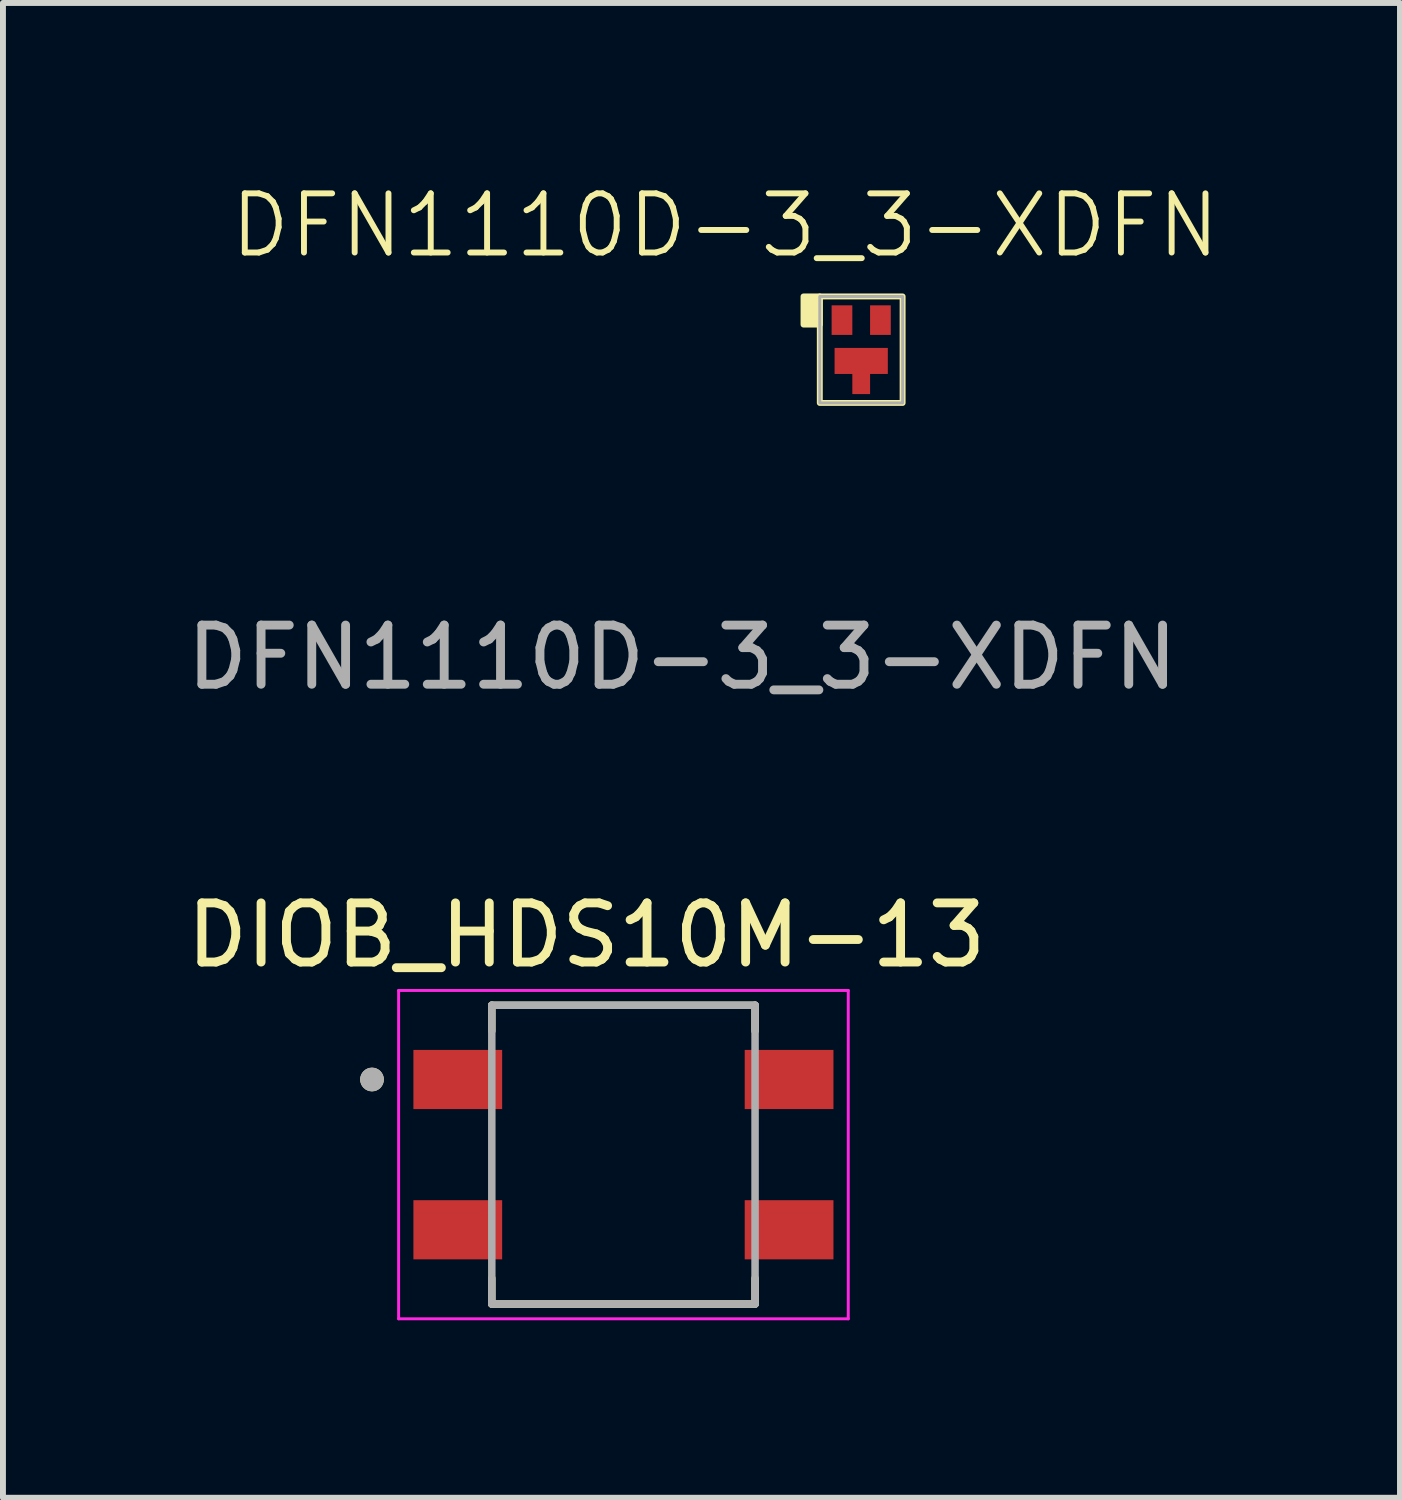
<source format=kicad_pcb>
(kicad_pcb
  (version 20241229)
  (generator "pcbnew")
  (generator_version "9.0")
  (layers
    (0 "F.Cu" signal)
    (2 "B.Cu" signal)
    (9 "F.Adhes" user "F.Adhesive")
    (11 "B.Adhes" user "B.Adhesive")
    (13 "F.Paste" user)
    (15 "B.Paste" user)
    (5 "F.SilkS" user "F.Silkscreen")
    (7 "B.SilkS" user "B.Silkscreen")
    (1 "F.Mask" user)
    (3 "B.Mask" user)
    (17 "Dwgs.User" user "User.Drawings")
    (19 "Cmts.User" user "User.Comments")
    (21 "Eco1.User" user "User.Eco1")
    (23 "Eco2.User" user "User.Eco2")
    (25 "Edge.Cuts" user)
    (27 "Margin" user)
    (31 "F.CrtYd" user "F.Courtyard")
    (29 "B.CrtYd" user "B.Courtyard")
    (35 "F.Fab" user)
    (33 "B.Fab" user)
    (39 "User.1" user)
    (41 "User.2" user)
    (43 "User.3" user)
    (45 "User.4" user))
  (footprint "DFN1110D-3_3-XDFN"
    (layer "F.Cu")
    (at 11.507 2.861)
    (property "Reference" "DFN1110D-3_3-XDFN" (at -2.3 -2.1 0) (unlocked yes) (layer "F.SilkS") (effects (font (size 1 1) (thickness 0.1))))
    (attr smd)
    (fp_rect (start -0.975 -0.9) (end -0.7 -0.425) (stroke (width 0.1) (type solid)) (fill yes) (layer "F.SilkS"))
    (fp_rect (start -0.7 -0.9) (end 0.7 0.9) (stroke (width 0.1) (type default)) (fill no) (layer "F.SilkS"))
    (fp_rect (start -0.7 -0.9) (end 0.7 0.9) (stroke (width 0.05) (type default)) (fill no) (layer "F.Fab"))
    (fp_text user "${REFERENCE}" (at -3.025 5.2 0) (unlocked yes) (layer "F.Fab") (effects (font (size 1 1) (thickness 0.15))))
    (pad "1" smd rect (at -0.325 -0.5 180) (size 0.35 0.5) (layers "F.Cu" "F.Mask" "F.Paste"))
    (pad "2" smd rect (at 0.325 -0.5 180) (size 0.35 0.5) (layers "F.Cu" "F.Mask" "F.Paste"))
    (pad "3" smd custom (at 0 0.19) (size 0.9 0.44) (layers "F.Cu" "F.Mask" "F.Paste") (options (anchor rect)) (primitives (gr_poly (pts (xy 0.15 0.22) (xy 0.15 0.56) (xy -0.15 0.56) (xy -0.15 0.22)) (width 0) (fill yes)))))
  (footprint "DIOB_HDS10M-13"
    (layer "F.Cu")
    (at 7.488 16.467)
    (property "Reference" "DIOB_HDS10M-13" (at -0.625 -3.71 0) (layer "F.SilkS") (effects (font (size 1 1) (thickness 0.15))))
    (attr smd)
    (fp_line (start -2.225 -2.525) (end -2.225 -2.09) (stroke (width 0.127) (type solid)) (layer "F.SilkS"))
    (fp_line (start -2.225 2.525) (end -2.225 2.09) (stroke (width 0.127) (type solid)) (layer "F.SilkS"))
    (fp_line (start -2.225 2.525) (end 2.225 2.525) (stroke (width 0.127) (type solid)) (layer "F.SilkS"))
    (fp_line (start 2.225 -2.525) (end -2.225 -2.525) (stroke (width 0.127) (type solid)) (layer "F.SilkS"))
    (fp_line (start 2.225 -2.09) (end 2.225 -2.525) (stroke (width 0.127) (type solid)) (layer "F.SilkS"))
    (fp_line (start 2.225 2.525) (end 2.225 2.09) (stroke (width 0.127) (type solid)) (layer "F.SilkS"))
    (fp_circle (center -4.25 -1.27) (end -4.15 -1.27) (stroke (width 0.2) (type solid)) (fill no) (layer "F.SilkS"))
    (fp_line (start -3.8 -2.775) (end -3.8 2.775) (stroke (width 0.05) (type solid)) (layer "F.CrtYd"))
    (fp_line (start -3.8 2.775) (end 3.8 2.775) (stroke (width 0.05) (type solid)) (layer "F.CrtYd"))
    (fp_line (start 3.8 -2.775) (end -3.8 -2.775) (stroke (width 0.05) (type solid)) (layer "F.CrtYd"))
    (fp_line (start 3.8 2.775) (end 3.8 -2.775) (stroke (width 0.05) (type solid)) (layer "F.CrtYd"))
    (fp_line (start -2.225 -2.525) (end -2.225 2.525) (stroke (width 0.127) (type solid)) (layer "F.Fab"))
    (fp_line (start -2.225 2.525) (end 2.225 2.525) (stroke (width 0.127) (type solid)) (layer "F.Fab"))
    (fp_line (start 2.225 -2.525) (end -2.225 -2.525) (stroke (width 0.127) (type solid)) (layer "F.Fab"))
    (fp_line (start 2.225 2.525) (end 2.225 -2.525) (stroke (width 0.127) (type solid)) (layer "F.Fab"))
    (fp_circle (center -4.25 -1.27) (end -4.15 -1.27) (stroke (width 0.2) (type solid)) (fill no) (layer "F.Fab"))
    (pad "1" smd rect (at -2.8 -1.27) (size 1.5 1) (layers "F.Cu" "F.Mask" "F.Paste"))
    (pad "2" smd rect (at 2.8 -1.27) (size 1.5 1) (layers "F.Cu" "F.Mask" "F.Paste"))
    (pad "3" smd rect (at -2.8 1.27) (size 1.5 1) (layers "F.Cu" "F.Mask" "F.Paste"))
    (pad "4" smd rect (at 2.8 1.27) (size 1.5 1) (layers "F.Cu" "F.Mask" "F.Paste")))
  (gr_rect
    (start -3 -3)
    (end 20.614 22.267)
    (stroke (width 0.1) (type default))
    (fill no)
    (layer "Edge.Cuts")))
</source>
